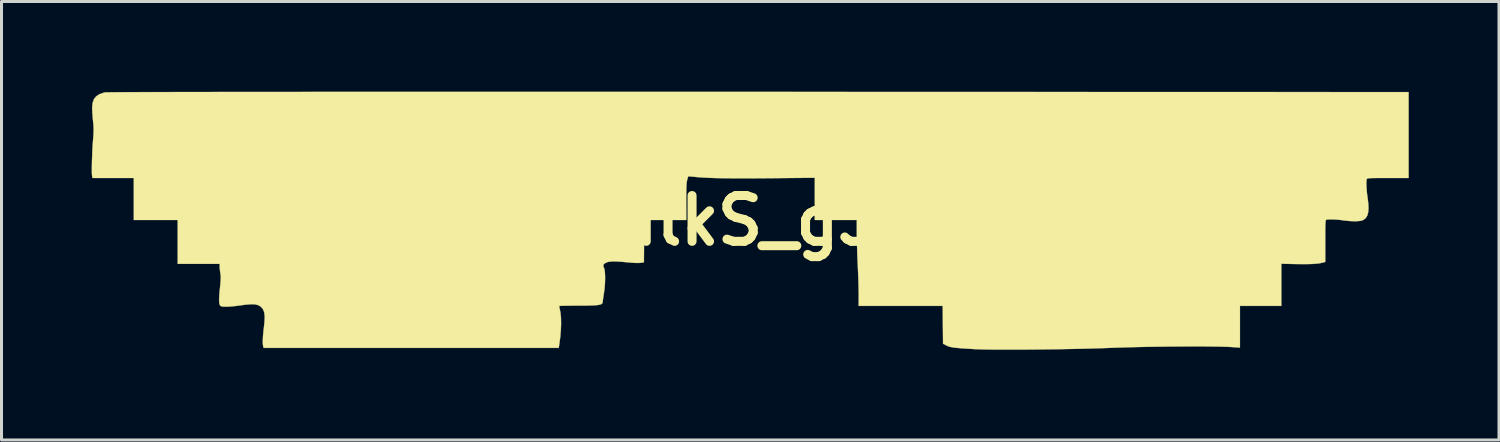
<source format=kicad_pcb>
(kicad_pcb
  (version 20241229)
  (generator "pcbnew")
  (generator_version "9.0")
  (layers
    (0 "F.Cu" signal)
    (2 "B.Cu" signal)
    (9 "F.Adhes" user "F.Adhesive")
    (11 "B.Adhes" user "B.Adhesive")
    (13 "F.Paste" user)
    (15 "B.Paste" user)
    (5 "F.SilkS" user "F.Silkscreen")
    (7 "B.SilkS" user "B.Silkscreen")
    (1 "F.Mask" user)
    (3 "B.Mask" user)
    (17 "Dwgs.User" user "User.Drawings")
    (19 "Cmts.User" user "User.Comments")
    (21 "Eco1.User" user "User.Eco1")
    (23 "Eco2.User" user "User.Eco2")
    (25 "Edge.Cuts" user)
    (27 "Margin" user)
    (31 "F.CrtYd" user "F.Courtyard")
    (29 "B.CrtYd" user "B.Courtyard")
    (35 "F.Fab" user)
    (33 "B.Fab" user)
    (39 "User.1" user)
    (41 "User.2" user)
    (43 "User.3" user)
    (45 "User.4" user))
  (footprint "F.SilkS_g376"
    (layer "F.Cu")
    (at 21.889 4.287)
    (property "Reference" "F.SilkS_g376" (at 0 0 0) (layer "F.SilkS") (effects (font (size 1.524 1.524) (thickness 0.3))))
    (attr through_hole)
    (fp_poly (pts (xy -7.613 -4.282) (xy -6.593 -4.282) (xy -5.532 -4.282) (xy -4.43 -4.282) (xy -3.288 -4.281) (xy -2.105 -4.281) (xy -0.88 -4.281) (xy 0.28 -4.281) (xy 21.907 -4.275) (xy 21.907 -1.418) (xy 21.219 -1.418) (xy 21.029 -1.418) (xy 20.878 -1.417) (xy 20.76 -1.416) (xy 20.671 -1.414) (xy 20.607 -1.411) (xy 20.564 -1.406) (xy 20.538 -1.4) (xy 20.523 -1.392) (xy 20.516 -1.382) (xy 20.515 -1.381) (xy 20.506 -1.331) (xy 20.502 -1.247) (xy 20.505 -1.14) (xy 20.512 -1.017) (xy 20.525 -0.888) (xy 20.54 -0.78) (xy 20.565 -0.578) (xy 20.573 -0.411) (xy 20.563 -0.277) (xy 20.534 -0.171) (xy 20.485 -0.09) (xy 20.415 -0.032) (xy 20.368 -0.008) (xy 20.3 0.009) (xy 20.199 0.018) (xy 20.074 0.019) (xy 19.935 0.013) (xy 19.791 -0.002) (xy 19.727 -0.011) (xy 19.614 -0.025) (xy 19.495 -0.035) (xy 19.381 -0.041) (xy 19.28 -0.042) (xy 19.204 -0.037) (xy 19.168 -0.029) (xy 19.159 -0.022) (xy 19.152 -0.005) (xy 19.146 0.027) (xy 19.141 0.076) (xy 19.138 0.149) (xy 19.136 0.248) (xy 19.135 0.378) (xy 19.135 0.543) (xy 19.135 0.679) (xy 19.135 1.374) (xy 19.045 1.398) (xy 18.952 1.418) (xy 18.836 1.432) (xy 18.694 1.442) (xy 18.52 1.446) (xy 18.311 1.446) (xy 18.145 1.444) (xy 17.674 1.434) (xy 17.674 2.836) (xy 16.298 2.836) (xy 16.298 4.223) (xy 16.018 4.204) (xy 15.887 4.197) (xy 15.718 4.192) (xy 15.515 4.188) (xy 15.284 4.185) (xy 15.027 4.183) (xy 14.75 4.183) (xy 14.457 4.184) (xy 14.152 4.186) (xy 13.839 4.189) (xy 13.524 4.193) (xy 13.21 4.198) (xy 12.902 4.204) (xy 12.604 4.212) (xy 12.32 4.22) (xy 12.055 4.229) (xy 11.959 4.233) (xy 11.712 4.242) (xy 11.442 4.25) (xy 11.153 4.258) (xy 10.848 4.265) (xy 10.533 4.271) (xy 10.211 4.277) (xy 9.887 4.281) (xy 9.564 4.285) (xy 9.248 4.288) (xy 8.943 4.29) (xy 8.652 4.29) (xy 8.38 4.29) (xy 8.131 4.289) (xy 7.91 4.286) (xy 7.72 4.282) (xy 7.566 4.277) (xy 7.504 4.275) (xy 7.288 4.262) (xy 7.111 4.251) (xy 6.967 4.24) (xy 6.851 4.229) (xy 6.758 4.217) (xy 6.685 4.204) (xy 6.626 4.189) (xy 6.577 4.171) (xy 6.54 4.154) (xy 6.424 4.094) (xy 6.418 3.465) (xy 6.413 2.836) (xy 3.619 2.836) (xy 3.619 2.461) (xy 3.618 2.334) (xy 3.614 2.175) (xy 3.609 1.996) (xy 3.602 1.807) (xy 3.594 1.618) (xy 3.588 1.482) (xy 3.579 1.295) (xy 3.571 1.094) (xy 3.565 0.89) (xy 3.56 0.697) (xy 3.557 0.525) (xy 3.556 0.429) (xy 3.556 -0.021) (xy 2.159 -0.021) (xy 2.159 -1.425) (xy 0.672 -1.411) (xy 0.277 -1.408) (xy -0.078 -1.406) (xy -0.396 -1.406) (xy -0.681 -1.408) (xy -0.935 -1.411) (xy -1.16 -1.416) (xy -1.361 -1.423) (xy -1.538 -1.432) (xy -1.697 -1.443) (xy -1.838 -1.456) (xy -1.873 -1.459) (xy -1.953 -1.467) (xy -2.015 -1.471) (xy -2.048 -1.471) (xy -2.05 -1.47) (xy -2.059 -1.447) (xy -2.075 -1.395) (xy -2.089 -1.34) (xy -2.099 -1.289) (xy -2.106 -1.223) (xy -2.112 -1.137) (xy -2.115 -1.024) (xy -2.117 -0.881) (xy -2.118 -0.703) (xy -2.118 -0.619) (xy -2.116 -0.021) (xy -3.513 -0.021) (xy -3.519 0.682) (xy -3.524 1.385) (xy -3.63 1.403) (xy -3.712 1.409) (xy -3.833 1.406) (xy -3.991 1.394) (xy -4.056 1.388) (xy -4.253 1.369) (xy -4.413 1.359) (xy -4.54 1.356) (xy -4.641 1.362) (xy -4.719 1.375) (xy -4.763 1.389) (xy -4.838 1.429) (xy -4.873 1.474) (xy -4.871 1.53) (xy -4.853 1.571) (xy -4.835 1.63) (xy -4.822 1.723) (xy -4.816 1.841) (xy -4.816 1.977) (xy -4.822 2.121) (xy -4.835 2.266) (xy -4.853 2.403) (xy -4.854 2.409) (xy -4.87 2.509) (xy -4.883 2.6) (xy -4.891 2.67) (xy -4.894 2.698) (xy -4.899 2.73) (xy -4.914 2.757) (xy -4.943 2.778) (xy -4.99 2.795) (xy -5.059 2.807) (xy -5.153 2.816) (xy -5.276 2.821) (xy -5.432 2.825) (xy -5.626 2.826) (xy -5.719 2.826) (xy -5.876 2.827) (xy -6.018 2.828) (xy -6.14 2.83) (xy -6.238 2.832) (xy -6.305 2.835) (xy -6.337 2.838) (xy -6.338 2.839) (xy -6.34 2.864) (xy -6.331 2.913) (xy -6.328 2.922) (xy -6.3 3.059) (xy -6.283 3.228) (xy -6.279 3.425) (xy -6.287 3.642) (xy -6.307 3.873) (xy -6.333 4.069) (xy -6.357 4.233) (xy -16.171 4.233) (xy -16.187 4.175) (xy -16.198 4.1) (xy -16.199 3.988) (xy -16.192 3.842) (xy -16.175 3.665) (xy -16.16 3.534) (xy -16.141 3.351) (xy -16.135 3.203) (xy -16.145 3.084) (xy -16.171 2.991) (xy -16.213 2.917) (xy -16.274 2.858) (xy -16.295 2.843) (xy -16.36 2.809) (xy -16.439 2.788) (xy -16.537 2.78) (xy -16.661 2.785) (xy -16.817 2.801) (xy -16.916 2.815) (xy -17.098 2.839) (xy -17.261 2.855) (xy -17.399 2.863) (xy -17.506 2.861) (xy -17.578 2.851) (xy -17.582 2.849) (xy -17.612 2.831) (xy -17.634 2.795) (xy -17.647 2.738) (xy -17.652 2.655) (xy -17.65 2.543) (xy -17.639 2.397) (xy -17.621 2.214) (xy -17.619 2.193) (xy -17.605 2.055) (xy -17.598 1.95) (xy -17.597 1.869) (xy -17.601 1.803) (xy -17.608 1.761) (xy -17.622 1.672) (xy -17.631 1.579) (xy -17.632 1.542) (xy -17.632 1.439) (xy -19.029 1.439) (xy -19.029 -0.021) (xy -20.489 -0.021) (xy -20.489 -1.418) (xy -21.863 -1.418) (xy -21.877 -1.49) (xy -21.882 -1.544) (xy -21.884 -1.633) (xy -21.884 -1.75) (xy -21.882 -1.889) (xy -21.878 -2.041) (xy -21.872 -2.202) (xy -21.865 -2.363) (xy -21.856 -2.518) (xy -21.846 -2.659) (xy -21.843 -2.693) (xy -21.832 -2.837) (xy -21.826 -2.953) (xy -21.825 -3.056) (xy -21.83 -3.16) (xy -21.841 -3.281) (xy -21.845 -3.318) (xy -21.856 -3.442) (xy -21.866 -3.567) (xy -21.872 -3.679) (xy -21.874 -3.764) (xy -21.874 -3.768) (xy -21.858 -3.918) (xy -21.814 -4.04) (xy -21.738 -4.135) (xy -21.629 -4.206) (xy -21.484 -4.256) (xy -21.452 -4.263) (xy -21.432 -4.265) (xy -21.382 -4.266) (xy -21.302 -4.267) (xy -21.192 -4.268) (xy -21.053 -4.27) (xy -20.882 -4.271) (xy -20.68 -4.272) (xy -20.447 -4.273) (xy -20.182 -4.274) (xy -19.885 -4.274) (xy -19.555 -4.275) (xy -19.192 -4.276) (xy -18.796 -4.277) (xy -18.366 -4.277) (xy -17.901 -4.278) (xy -17.403 -4.279) (xy -16.87 -4.279) (xy -16.301 -4.28) (xy -15.697 -4.28) (xy -15.056 -4.28) (xy -14.38 -4.281) (xy -13.666 -4.281) (xy -12.916 -4.281) (xy -12.128 -4.282) (xy -11.302 -4.282) (xy -10.438 -4.282) (xy -9.536 -4.282) (xy -8.594 -4.282) (xy -7.613 -4.282)) (stroke (width 0.01) (type solid)) (fill yes) (layer "F.SilkS")))
  (gr_rect
    (start -3 -3)
    (end 46.802 11.582)
    (stroke (width 0.1) (type default))
    (fill no)
    (layer "Edge.Cuts")))
</source>
